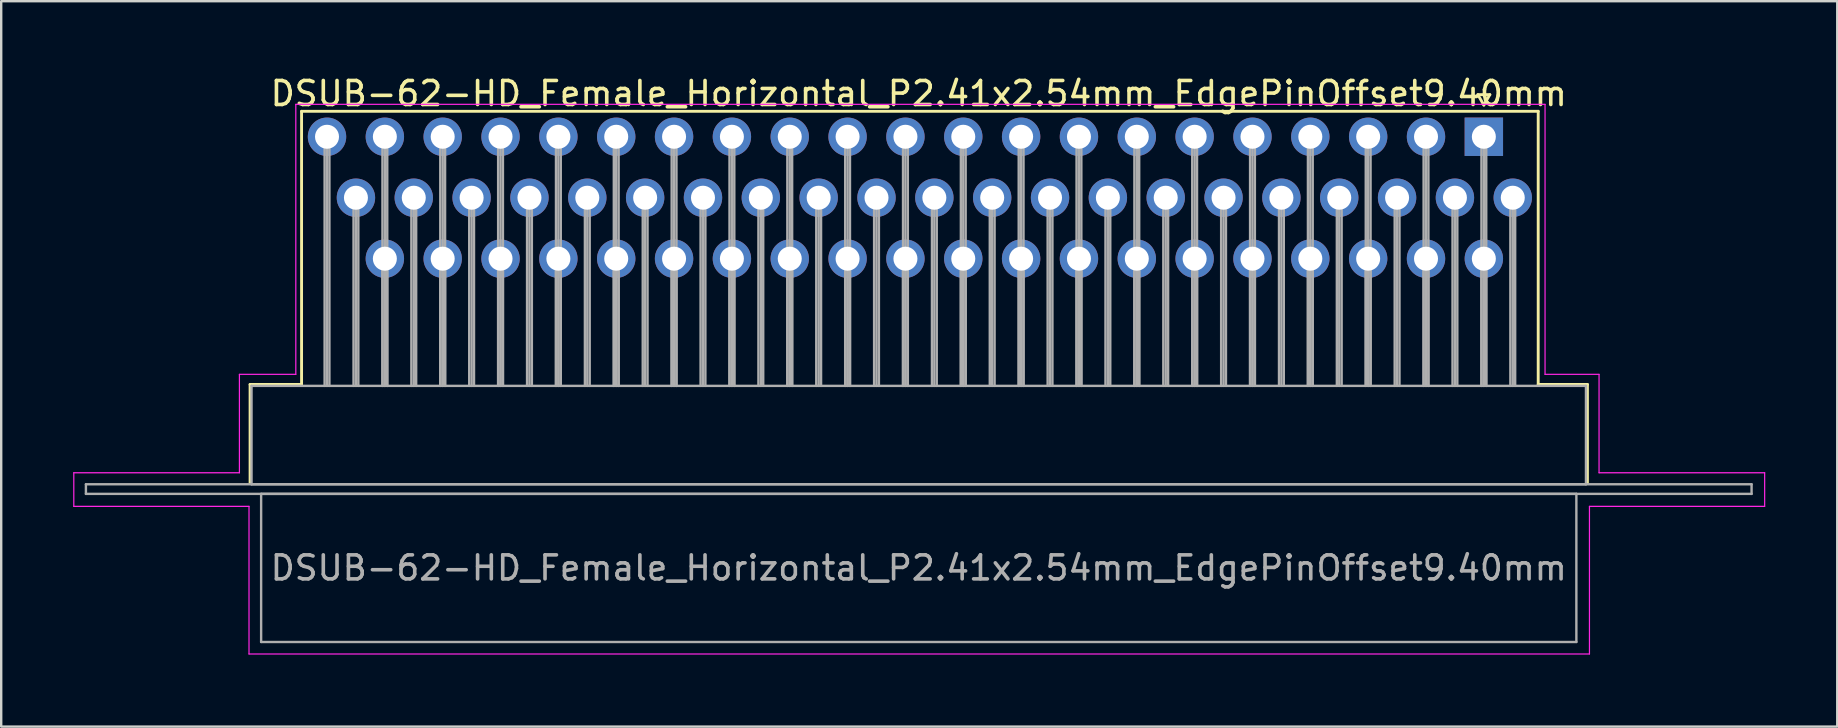
<source format=kicad_pcb>
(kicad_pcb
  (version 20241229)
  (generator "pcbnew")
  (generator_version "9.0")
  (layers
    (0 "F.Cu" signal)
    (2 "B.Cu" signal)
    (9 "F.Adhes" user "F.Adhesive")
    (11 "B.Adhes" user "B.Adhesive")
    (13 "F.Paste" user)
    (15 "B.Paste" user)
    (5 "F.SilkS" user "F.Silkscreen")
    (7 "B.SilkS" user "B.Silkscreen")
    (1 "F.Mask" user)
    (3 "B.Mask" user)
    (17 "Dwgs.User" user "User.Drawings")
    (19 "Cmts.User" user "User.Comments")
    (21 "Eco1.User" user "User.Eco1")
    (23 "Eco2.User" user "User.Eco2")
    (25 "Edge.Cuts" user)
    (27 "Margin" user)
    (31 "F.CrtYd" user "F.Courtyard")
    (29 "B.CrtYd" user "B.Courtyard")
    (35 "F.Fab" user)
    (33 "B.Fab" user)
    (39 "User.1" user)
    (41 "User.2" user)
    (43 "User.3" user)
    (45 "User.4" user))
  (footprint "DSUB-62-HD_Female_Horizontal_P2.41x2.54mm_EdgePinOffset9.40mm"
    (layer "F.Cu")
    (at 58.775 2.648)
    (property "Reference" "DSUB-62-HD_Female_Horizontal_P2.41x2.54mm_EdgePinOffset9.40mm" (at -23.545 -1.8 0) (layer "F.SilkS") (effects (font (size 1 1) (thickness 0.15))))
    (attr through_hole)
    (fp_line (start -51.405 10.32) (end -49.26 10.32) (stroke (width 0.12) (type solid)) (layer "F.SilkS"))
    (fp_line (start -51.405 14.42) (end -51.405 10.32) (stroke (width 0.12) (type solid)) (layer "F.SilkS"))
    (fp_line (start -49.26 -1.06) (end 2.265 -1.06) (stroke (width 0.12) (type solid)) (layer "F.SilkS"))
    (fp_line (start -49.26 10.32) (end -49.26 -1.06) (stroke (width 0.12) (type solid)) (layer "F.SilkS"))
    (fp_line (start -0.25 -1.754) (end 0.25 -1.754) (stroke (width 0.12) (type solid)) (layer "F.SilkS"))
    (fp_line (start 0 -1.321) (end -0.25 -1.754) (stroke (width 0.12) (type solid)) (layer "F.SilkS"))
    (fp_line (start 0.25 -1.754) (end 0 -1.321) (stroke (width 0.12) (type solid)) (layer "F.SilkS"))
    (fp_line (start 2.265 -1.06) (end 2.265 10.32) (stroke (width 0.12) (type solid)) (layer "F.SilkS"))
    (fp_line (start 2.265 10.32) (end 4.315 10.32) (stroke (width 0.12) (type solid)) (layer "F.SilkS"))
    (fp_line (start 4.315 10.32) (end 4.315 14.42) (stroke (width 0.12) (type solid)) (layer "F.SilkS"))
    (fp_line (start -58.75 14) (end -51.85 14) (stroke (width 0.05) (type solid)) (layer "F.CrtYd"))
    (fp_line (start -58.75 15.4) (end -58.75 14) (stroke (width 0.05) (type solid)) (layer "F.CrtYd"))
    (fp_line (start -51.85 9.9) (end -49.5 9.9) (stroke (width 0.05) (type solid)) (layer "F.CrtYd"))
    (fp_line (start -51.85 14) (end -51.85 9.9) (stroke (width 0.05) (type solid)) (layer "F.CrtYd"))
    (fp_line (start -51.45 15.4) (end -58.75 15.4) (stroke (width 0.05) (type solid)) (layer "F.CrtYd"))
    (fp_line (start -51.45 21.55) (end -51.45 15.4) (stroke (width 0.05) (type solid)) (layer "F.CrtYd"))
    (fp_line (start -49.5 -1.35) (end 2.55 -1.35) (stroke (width 0.05) (type solid)) (layer "F.CrtYd"))
    (fp_line (start -49.5 9.9) (end -49.5 -1.35) (stroke (width 0.05) (type solid)) (layer "F.CrtYd"))
    (fp_line (start 2.55 -1.35) (end 2.55 9.9) (stroke (width 0.05) (type solid)) (layer "F.CrtYd"))
    (fp_line (start 2.55 9.9) (end 4.8 9.9) (stroke (width 0.05) (type solid)) (layer "F.CrtYd"))
    (fp_line (start 4.4 15.4) (end 4.4 21.55) (stroke (width 0.05) (type solid)) (layer "F.CrtYd"))
    (fp_line (start 4.4 21.55) (end -51.45 21.55) (stroke (width 0.05) (type solid)) (layer "F.CrtYd"))
    (fp_line (start 4.8 9.9) (end 4.8 14) (stroke (width 0.05) (type solid)) (layer "F.CrtYd"))
    (fp_line (start 4.8 14) (end 11.7 14) (stroke (width 0.05) (type solid)) (layer "F.CrtYd"))
    (fp_line (start 11.7 14) (end 11.7 15.4) (stroke (width 0.05) (type solid)) (layer "F.CrtYd"))
    (fp_line (start 11.7 15.4) (end 4.4 15.4) (stroke (width 0.05) (type solid)) (layer "F.CrtYd"))
    (fp_line (start -58.245 14.48) (end -58.245 14.88) (stroke (width 0.1) (type solid)) (layer "F.Fab"))
    (fp_line (start -58.245 14.88) (end 11.155 14.88) (stroke (width 0.1) (type solid)) (layer "F.Fab"))
    (fp_line (start -51.345 10.38) (end -51.345 14.48) (stroke (width 0.1) (type solid)) (layer "F.Fab"))
    (fp_line (start -51.345 14.48) (end 4.255 14.48) (stroke (width 0.1) (type solid)) (layer "F.Fab"))
    (fp_line (start -50.945 14.88) (end -50.945 21.05) (stroke (width 0.1) (type solid)) (layer "F.Fab"))
    (fp_line (start -50.945 21.05) (end 3.855 21.05) (stroke (width 0.1) (type solid)) (layer "F.Fab"))
    (fp_line (start -48.3 0) (end -48.3 10.38) (stroke (width 0.1) (type solid)) (layer "F.Fab"))
    (fp_line (start -48.2 0) (end -48.2 10.38) (stroke (width 0.1) (type solid)) (layer "F.Fab"))
    (fp_line (start -48.1 0) (end -48.1 10.38) (stroke (width 0.1) (type solid)) (layer "F.Fab"))
    (fp_line (start -47.095 2.54) (end -47.095 10.38) (stroke (width 0.1) (type solid)) (layer "F.Fab"))
    (fp_line (start -46.995 2.54) (end -46.995 10.38) (stroke (width 0.1) (type solid)) (layer "F.Fab"))
    (fp_line (start -46.895 2.54) (end -46.895 10.38) (stroke (width 0.1) (type solid)) (layer "F.Fab"))
    (fp_line (start -45.89 0) (end -45.89 10.38) (stroke (width 0.1) (type solid)) (layer "F.Fab"))
    (fp_line (start -45.89 5.08) (end -45.89 10.38) (stroke (width 0.1) (type solid)) (layer "F.Fab"))
    (fp_line (start -45.79 0) (end -45.79 10.38) (stroke (width 0.1) (type solid)) (layer "F.Fab"))
    (fp_line (start -45.79 5.08) (end -45.79 10.38) (stroke (width 0.1) (type solid)) (layer "F.Fab"))
    (fp_line (start -45.69 0) (end -45.69 10.38) (stroke (width 0.1) (type solid)) (layer "F.Fab"))
    (fp_line (start -45.69 5.08) (end -45.69 10.38) (stroke (width 0.1) (type solid)) (layer "F.Fab"))
    (fp_line (start -44.685 2.54) (end -44.685 10.38) (stroke (width 0.1) (type solid)) (layer "F.Fab"))
    (fp_line (start -44.585 2.54) (end -44.585 10.38) (stroke (width 0.1) (type solid)) (layer "F.Fab"))
    (fp_line (start -44.485 2.54) (end -44.485 10.38) (stroke (width 0.1) (type solid)) (layer "F.Fab"))
    (fp_line (start -43.48 0) (end -43.48 10.38) (stroke (width 0.1) (type solid)) (layer "F.Fab"))
    (fp_line (start -43.48 5.08) (end -43.48 10.38) (stroke (width 0.1) (type solid)) (layer "F.Fab"))
    (fp_line (start -43.38 0) (end -43.38 10.38) (stroke (width 0.1) (type solid)) (layer "F.Fab"))
    (fp_line (start -43.38 5.08) (end -43.38 10.38) (stroke (width 0.1) (type solid)) (layer "F.Fab"))
    (fp_line (start -43.28 0) (end -43.28 10.38) (stroke (width 0.1) (type solid)) (layer "F.Fab"))
    (fp_line (start -43.28 5.08) (end -43.28 10.38) (stroke (width 0.1) (type solid)) (layer "F.Fab"))
    (fp_line (start -42.275 2.54) (end -42.275 10.38) (stroke (width 0.1) (type solid)) (layer "F.Fab"))
    (fp_line (start -42.175 2.54) (end -42.175 10.38) (stroke (width 0.1) (type solid)) (layer "F.Fab"))
    (fp_line (start -42.075 2.54) (end -42.075 10.38) (stroke (width 0.1) (type solid)) (layer "F.Fab"))
    (fp_line (start -41.07 0) (end -41.07 10.38) (stroke (width 0.1) (type solid)) (layer "F.Fab"))
    (fp_line (start -41.07 5.08) (end -41.07 10.38) (stroke (width 0.1) (type solid)) (layer "F.Fab"))
    (fp_line (start -40.97 0) (end -40.97 10.38) (stroke (width 0.1) (type solid)) (layer "F.Fab"))
    (fp_line (start -40.97 5.08) (end -40.97 10.38) (stroke (width 0.1) (type solid)) (layer "F.Fab"))
    (fp_line (start -40.87 0) (end -40.87 10.38) (stroke (width 0.1) (type solid)) (layer "F.Fab"))
    (fp_line (start -40.87 5.08) (end -40.87 10.38) (stroke (width 0.1) (type solid)) (layer "F.Fab"))
    (fp_line (start -39.865 2.54) (end -39.865 10.38) (stroke (width 0.1) (type solid)) (layer "F.Fab"))
    (fp_line (start -39.765 2.54) (end -39.765 10.38) (stroke (width 0.1) (type solid)) (layer "F.Fab"))
    (fp_line (start -39.665 2.54) (end -39.665 10.38) (stroke (width 0.1) (type solid)) (layer "F.Fab"))
    (fp_line (start -38.66 0) (end -38.66 10.38) (stroke (width 0.1) (type solid)) (layer "F.Fab"))
    (fp_line (start -38.66 5.08) (end -38.66 10.38) (stroke (width 0.1) (type solid)) (layer "F.Fab"))
    (fp_line (start -38.56 0) (end -38.56 10.38) (stroke (width 0.1) (type solid)) (layer "F.Fab"))
    (fp_line (start -38.56 5.08) (end -38.56 10.38) (stroke (width 0.1) (type solid)) (layer "F.Fab"))
    (fp_line (start -38.46 0) (end -38.46 10.38) (stroke (width 0.1) (type solid)) (layer "F.Fab"))
    (fp_line (start -38.46 5.08) (end -38.46 10.38) (stroke (width 0.1) (type solid)) (layer "F.Fab"))
    (fp_line (start -37.455 2.54) (end -37.455 10.38) (stroke (width 0.1) (type solid)) (layer "F.Fab"))
    (fp_line (start -37.355 2.54) (end -37.355 10.38) (stroke (width 0.1) (type solid)) (layer "F.Fab"))
    (fp_line (start -37.255 2.54) (end -37.255 10.38) (stroke (width 0.1) (type solid)) (layer "F.Fab"))
    (fp_line (start -36.25 0) (end -36.25 10.38) (stroke (width 0.1) (type solid)) (layer "F.Fab"))
    (fp_line (start -36.25 5.08) (end -36.25 10.38) (stroke (width 0.1) (type solid)) (layer "F.Fab"))
    (fp_line (start -36.15 0) (end -36.15 10.38) (stroke (width 0.1) (type solid)) (layer "F.Fab"))
    (fp_line (start -36.15 5.08) (end -36.15 10.38) (stroke (width 0.1) (type solid)) (layer "F.Fab"))
    (fp_line (start -36.05 0) (end -36.05 10.38) (stroke (width 0.1) (type solid)) (layer "F.Fab"))
    (fp_line (start -36.05 5.08) (end -36.05 10.38) (stroke (width 0.1) (type solid)) (layer "F.Fab"))
    (fp_line (start -35.045 2.54) (end -35.045 10.38) (stroke (width 0.1) (type solid)) (layer "F.Fab"))
    (fp_line (start -34.945 2.54) (end -34.945 10.38) (stroke (width 0.1) (type solid)) (layer "F.Fab"))
    (fp_line (start -34.845 2.54) (end -34.845 10.38) (stroke (width 0.1) (type solid)) (layer "F.Fab"))
    (fp_line (start -33.84 0) (end -33.84 10.38) (stroke (width 0.1) (type solid)) (layer "F.Fab"))
    (fp_line (start -33.84 5.08) (end -33.84 10.38) (stroke (width 0.1) (type solid)) (layer "F.Fab"))
    (fp_line (start -33.74 0) (end -33.74 10.38) (stroke (width 0.1) (type solid)) (layer "F.Fab"))
    (fp_line (start -33.74 5.08) (end -33.74 10.38) (stroke (width 0.1) (type solid)) (layer "F.Fab"))
    (fp_line (start -33.64 0) (end -33.64 10.38) (stroke (width 0.1) (type solid)) (layer "F.Fab"))
    (fp_line (start -33.64 5.08) (end -33.64 10.38) (stroke (width 0.1) (type solid)) (layer "F.Fab"))
    (fp_line (start -32.635 2.54) (end -32.635 10.38) (stroke (width 0.1) (type solid)) (layer "F.Fab"))
    (fp_line (start -32.535 2.54) (end -32.535 10.38) (stroke (width 0.1) (type solid)) (layer "F.Fab"))
    (fp_line (start -32.435 2.54) (end -32.435 10.38) (stroke (width 0.1) (type solid)) (layer "F.Fab"))
    (fp_line (start -31.43 0) (end -31.43 10.38) (stroke (width 0.1) (type solid)) (layer "F.Fab"))
    (fp_line (start -31.43 5.08) (end -31.43 10.38) (stroke (width 0.1) (type solid)) (layer "F.Fab"))
    (fp_line (start -31.33 0) (end -31.33 10.38) (stroke (width 0.1) (type solid)) (layer "F.Fab"))
    (fp_line (start -31.33 5.08) (end -31.33 10.38) (stroke (width 0.1) (type solid)) (layer "F.Fab"))
    (fp_line (start -31.23 0) (end -31.23 10.38) (stroke (width 0.1) (type solid)) (layer "F.Fab"))
    (fp_line (start -31.23 5.08) (end -31.23 10.38) (stroke (width 0.1) (type solid)) (layer "F.Fab"))
    (fp_line (start -30.225 2.54) (end -30.225 10.38) (stroke (width 0.1) (type solid)) (layer "F.Fab"))
    (fp_line (start -30.125 2.54) (end -30.125 10.38) (stroke (width 0.1) (type solid)) (layer "F.Fab"))
    (fp_line (start -30.025 2.54) (end -30.025 10.38) (stroke (width 0.1) (type solid)) (layer "F.Fab"))
    (fp_line (start -29.02 0) (end -29.02 10.38) (stroke (width 0.1) (type solid)) (layer "F.Fab"))
    (fp_line (start -29.02 5.08) (end -29.02 10.38) (stroke (width 0.1) (type solid)) (layer "F.Fab"))
    (fp_line (start -28.92 0) (end -28.92 10.38) (stroke (width 0.1) (type solid)) (layer "F.Fab"))
    (fp_line (start -28.92 5.08) (end -28.92 10.38) (stroke (width 0.1) (type solid)) (layer "F.Fab"))
    (fp_line (start -28.82 0) (end -28.82 10.38) (stroke (width 0.1) (type solid)) (layer "F.Fab"))
    (fp_line (start -28.82 5.08) (end -28.82 10.38) (stroke (width 0.1) (type solid)) (layer "F.Fab"))
    (fp_line (start -27.815 2.54) (end -27.815 10.38) (stroke (width 0.1) (type solid)) (layer "F.Fab"))
    (fp_line (start -27.715 2.54) (end -27.715 10.38) (stroke (width 0.1) (type solid)) (layer "F.Fab"))
    (fp_line (start -27.615 2.54) (end -27.615 10.38) (stroke (width 0.1) (type solid)) (layer "F.Fab"))
    (fp_line (start -26.61 0) (end -26.61 10.38) (stroke (width 0.1) (type solid)) (layer "F.Fab"))
    (fp_line (start -26.61 5.08) (end -26.61 10.38) (stroke (width 0.1) (type solid)) (layer "F.Fab"))
    (fp_line (start -26.51 0) (end -26.51 10.38) (stroke (width 0.1) (type solid)) (layer "F.Fab"))
    (fp_line (start -26.51 5.08) (end -26.51 10.38) (stroke (width 0.1) (type solid)) (layer "F.Fab"))
    (fp_line (start -26.41 0) (end -26.41 10.38) (stroke (width 0.1) (type solid)) (layer "F.Fab"))
    (fp_line (start -26.41 5.08) (end -26.41 10.38) (stroke (width 0.1) (type solid)) (layer "F.Fab"))
    (fp_line (start -25.405 2.54) (end -25.405 10.38) (stroke (width 0.1) (type solid)) (layer "F.Fab"))
    (fp_line (start -25.305 2.54) (end -25.305 10.38) (stroke (width 0.1) (type solid)) (layer "F.Fab"))
    (fp_line (start -25.205 2.54) (end -25.205 10.38) (stroke (width 0.1) (type solid)) (layer "F.Fab"))
    (fp_line (start -24.2 0) (end -24.2 10.38) (stroke (width 0.1) (type solid)) (layer "F.Fab"))
    (fp_line (start -24.2 5.08) (end -24.2 10.38) (stroke (width 0.1) (type solid)) (layer "F.Fab"))
    (fp_line (start -24.1 0) (end -24.1 10.38) (stroke (width 0.1) (type solid)) (layer "F.Fab"))
    (fp_line (start -24.1 5.08) (end -24.1 10.38) (stroke (width 0.1) (type solid)) (layer "F.Fab"))
    (fp_line (start -24 0) (end -24 10.38) (stroke (width 0.1) (type solid)) (layer "F.Fab"))
    (fp_line (start -24 5.08) (end -24 10.38) (stroke (width 0.1) (type solid)) (layer "F.Fab"))
    (fp_line (start -22.995 2.54) (end -22.995 10.38) (stroke (width 0.1) (type solid)) (layer "F.Fab"))
    (fp_line (start -22.895 2.54) (end -22.895 10.38) (stroke (width 0.1) (type solid)) (layer "F.Fab"))
    (fp_line (start -22.795 2.54) (end -22.795 10.38) (stroke (width 0.1) (type solid)) (layer "F.Fab"))
    (fp_line (start -21.79 0) (end -21.79 10.38) (stroke (width 0.1) (type solid)) (layer "F.Fab"))
    (fp_line (start -21.79 5.08) (end -21.79 10.38) (stroke (width 0.1) (type solid)) (layer "F.Fab"))
    (fp_line (start -21.69 0) (end -21.69 10.38) (stroke (width 0.1) (type solid)) (layer "F.Fab"))
    (fp_line (start -21.69 5.08) (end -21.69 10.38) (stroke (width 0.1) (type solid)) (layer "F.Fab"))
    (fp_line (start -21.59 0) (end -21.59 10.38) (stroke (width 0.1) (type solid)) (layer "F.Fab"))
    (fp_line (start -21.59 5.08) (end -21.59 10.38) (stroke (width 0.1) (type solid)) (layer "F.Fab"))
    (fp_line (start -20.585 2.54) (end -20.585 10.38) (stroke (width 0.1) (type solid)) (layer "F.Fab"))
    (fp_line (start -20.485 2.54) (end -20.485 10.38) (stroke (width 0.1) (type solid)) (layer "F.Fab"))
    (fp_line (start -20.385 2.54) (end -20.385 10.38) (stroke (width 0.1) (type solid)) (layer "F.Fab"))
    (fp_line (start -19.38 0) (end -19.38 10.38) (stroke (width 0.1) (type solid)) (layer "F.Fab"))
    (fp_line (start -19.38 5.08) (end -19.38 10.38) (stroke (width 0.1) (type solid)) (layer "F.Fab"))
    (fp_line (start -19.28 0) (end -19.28 10.38) (stroke (width 0.1) (type solid)) (layer "F.Fab"))
    (fp_line (start -19.28 5.08) (end -19.28 10.38) (stroke (width 0.1) (type solid)) (layer "F.Fab"))
    (fp_line (start -19.18 0) (end -19.18 10.38) (stroke (width 0.1) (type solid)) (layer "F.Fab"))
    (fp_line (start -19.18 5.08) (end -19.18 10.38) (stroke (width 0.1) (type solid)) (layer "F.Fab"))
    (fp_line (start -18.175 2.54) (end -18.175 10.38) (stroke (width 0.1) (type solid)) (layer "F.Fab"))
    (fp_line (start -18.075 2.54) (end -18.075 10.38) (stroke (width 0.1) (type solid)) (layer "F.Fab"))
    (fp_line (start -17.975 2.54) (end -17.975 10.38) (stroke (width 0.1) (type solid)) (layer "F.Fab"))
    (fp_line (start -16.97 0) (end -16.97 10.38) (stroke (width 0.1) (type solid)) (layer "F.Fab"))
    (fp_line (start -16.97 5.08) (end -16.97 10.38) (stroke (width 0.1) (type solid)) (layer "F.Fab"))
    (fp_line (start -16.87 0) (end -16.87 10.38) (stroke (width 0.1) (type solid)) (layer "F.Fab"))
    (fp_line (start -16.87 5.08) (end -16.87 10.38) (stroke (width 0.1) (type solid)) (layer "F.Fab"))
    (fp_line (start -16.77 0) (end -16.77 10.38) (stroke (width 0.1) (type solid)) (layer "F.Fab"))
    (fp_line (start -16.77 5.08) (end -16.77 10.38) (stroke (width 0.1) (type solid)) (layer "F.Fab"))
    (fp_line (start -15.765 2.54) (end -15.765 10.38) (stroke (width 0.1) (type solid)) (layer "F.Fab"))
    (fp_line (start -15.665 2.54) (end -15.665 10.38) (stroke (width 0.1) (type solid)) (layer "F.Fab"))
    (fp_line (start -15.565 2.54) (end -15.565 10.38) (stroke (width 0.1) (type solid)) (layer "F.Fab"))
    (fp_line (start -14.56 0) (end -14.56 10.38) (stroke (width 0.1) (type solid)) (layer "F.Fab"))
    (fp_line (start -14.56 5.08) (end -14.56 10.38) (stroke (width 0.1) (type solid)) (layer "F.Fab"))
    (fp_line (start -14.46 0) (end -14.46 10.38) (stroke (width 0.1) (type solid)) (layer "F.Fab"))
    (fp_line (start -14.46 5.08) (end -14.46 10.38) (stroke (width 0.1) (type solid)) (layer "F.Fab"))
    (fp_line (start -14.36 0) (end -14.36 10.38) (stroke (width 0.1) (type solid)) (layer "F.Fab"))
    (fp_line (start -14.36 5.08) (end -14.36 10.38) (stroke (width 0.1) (type solid)) (layer "F.Fab"))
    (fp_line (start -13.355 2.54) (end -13.355 10.38) (stroke (width 0.1) (type solid)) (layer "F.Fab"))
    (fp_line (start -13.255 2.54) (end -13.255 10.38) (stroke (width 0.1) (type solid)) (layer "F.Fab"))
    (fp_line (start -13.155 2.54) (end -13.155 10.38) (stroke (width 0.1) (type solid)) (layer "F.Fab"))
    (fp_line (start -12.15 0) (end -12.15 10.38) (stroke (width 0.1) (type solid)) (layer "F.Fab"))
    (fp_line (start -12.15 5.08) (end -12.15 10.38) (stroke (width 0.1) (type solid)) (layer "F.Fab"))
    (fp_line (start -12.05 0) (end -12.05 10.38) (stroke (width 0.1) (type solid)) (layer "F.Fab"))
    (fp_line (start -12.05 5.08) (end -12.05 10.38) (stroke (width 0.1) (type solid)) (layer "F.Fab"))
    (fp_line (start -11.95 0) (end -11.95 10.38) (stroke (width 0.1) (type solid)) (layer "F.Fab"))
    (fp_line (start -11.95 5.08) (end -11.95 10.38) (stroke (width 0.1) (type solid)) (layer "F.Fab"))
    (fp_line (start -10.945 2.54) (end -10.945 10.38) (stroke (width 0.1) (type solid)) (layer "F.Fab"))
    (fp_line (start -10.845 2.54) (end -10.845 10.38) (stroke (width 0.1) (type solid)) (layer "F.Fab"))
    (fp_line (start -10.745 2.54) (end -10.745 10.38) (stroke (width 0.1) (type solid)) (layer "F.Fab"))
    (fp_line (start -9.74 0) (end -9.74 10.38) (stroke (width 0.1) (type solid)) (layer "F.Fab"))
    (fp_line (start -9.74 5.08) (end -9.74 10.38) (stroke (width 0.1) (type solid)) (layer "F.Fab"))
    (fp_line (start -9.64 0) (end -9.64 10.38) (stroke (width 0.1) (type solid)) (layer "F.Fab"))
    (fp_line (start -9.64 5.08) (end -9.64 10.38) (stroke (width 0.1) (type solid)) (layer "F.Fab"))
    (fp_line (start -9.54 0) (end -9.54 10.38) (stroke (width 0.1) (type solid)) (layer "F.Fab"))
    (fp_line (start -9.54 5.08) (end -9.54 10.38) (stroke (width 0.1) (type solid)) (layer "F.Fab"))
    (fp_line (start -8.535 2.54) (end -8.535 10.38) (stroke (width 0.1) (type solid)) (layer "F.Fab"))
    (fp_line (start -8.435 2.54) (end -8.435 10.38) (stroke (width 0.1) (type solid)) (layer "F.Fab"))
    (fp_line (start -8.335 2.54) (end -8.335 10.38) (stroke (width 0.1) (type solid)) (layer "F.Fab"))
    (fp_line (start -7.33 0) (end -7.33 10.38) (stroke (width 0.1) (type solid)) (layer "F.Fab"))
    (fp_line (start -7.33 5.08) (end -7.33 10.38) (stroke (width 0.1) (type solid)) (layer "F.Fab"))
    (fp_line (start -7.23 0) (end -7.23 10.38) (stroke (width 0.1) (type solid)) (layer "F.Fab"))
    (fp_line (start -7.23 5.08) (end -7.23 10.38) (stroke (width 0.1) (type solid)) (layer "F.Fab"))
    (fp_line (start -7.13 0) (end -7.13 10.38) (stroke (width 0.1) (type solid)) (layer "F.Fab"))
    (fp_line (start -7.13 5.08) (end -7.13 10.38) (stroke (width 0.1) (type solid)) (layer "F.Fab"))
    (fp_line (start -6.125 2.54) (end -6.125 10.38) (stroke (width 0.1) (type solid)) (layer "F.Fab"))
    (fp_line (start -6.025 2.54) (end -6.025 10.38) (stroke (width 0.1) (type solid)) (layer "F.Fab"))
    (fp_line (start -5.925 2.54) (end -5.925 10.38) (stroke (width 0.1) (type solid)) (layer "F.Fab"))
    (fp_line (start -4.92 0) (end -4.92 10.38) (stroke (width 0.1) (type solid)) (layer "F.Fab"))
    (fp_line (start -4.92 5.08) (end -4.92 10.38) (stroke (width 0.1) (type solid)) (layer "F.Fab"))
    (fp_line (start -4.82 0) (end -4.82 10.38) (stroke (width 0.1) (type solid)) (layer "F.Fab"))
    (fp_line (start -4.82 5.08) (end -4.82 10.38) (stroke (width 0.1) (type solid)) (layer "F.Fab"))
    (fp_line (start -4.72 0) (end -4.72 10.38) (stroke (width 0.1) (type solid)) (layer "F.Fab"))
    (fp_line (start -4.72 5.08) (end -4.72 10.38) (stroke (width 0.1) (type solid)) (layer "F.Fab"))
    (fp_line (start -3.715 2.54) (end -3.715 10.38) (stroke (width 0.1) (type solid)) (layer "F.Fab"))
    (fp_line (start -3.615 2.54) (end -3.615 10.38) (stroke (width 0.1) (type solid)) (layer "F.Fab"))
    (fp_line (start -3.515 2.54) (end -3.515 10.38) (stroke (width 0.1) (type solid)) (layer "F.Fab"))
    (fp_line (start -2.51 0) (end -2.51 10.38) (stroke (width 0.1) (type solid)) (layer "F.Fab"))
    (fp_line (start -2.51 5.08) (end -2.51 10.38) (stroke (width 0.1) (type solid)) (layer "F.Fab"))
    (fp_line (start -2.41 0) (end -2.41 10.38) (stroke (width 0.1) (type solid)) (layer "F.Fab"))
    (fp_line (start -2.41 5.08) (end -2.41 10.38) (stroke (width 0.1) (type solid)) (layer "F.Fab"))
    (fp_line (start -2.31 0) (end -2.31 10.38) (stroke (width 0.1) (type solid)) (layer "F.Fab"))
    (fp_line (start -2.31 5.08) (end -2.31 10.38) (stroke (width 0.1) (type solid)) (layer "F.Fab"))
    (fp_line (start -1.305 2.54) (end -1.305 10.38) (stroke (width 0.1) (type solid)) (layer "F.Fab"))
    (fp_line (start -1.205 2.54) (end -1.205 10.38) (stroke (width 0.1) (type solid)) (layer "F.Fab"))
    (fp_line (start -1.105 2.54) (end -1.105 10.38) (stroke (width 0.1) (type solid)) (layer "F.Fab"))
    (fp_line (start -0.1 0) (end -0.1 10.38) (stroke (width 0.1) (type solid)) (layer "F.Fab"))
    (fp_line (start -0.1 5.08) (end -0.1 10.38) (stroke (width 0.1) (type solid)) (layer "F.Fab"))
    (fp_line (start 0 0) (end 0 10.38) (stroke (width 0.1) (type solid)) (layer "F.Fab"))
    (fp_line (start 0 5.08) (end 0 10.38) (stroke (width 0.1) (type solid)) (layer "F.Fab"))
    (fp_line (start 0.1 0) (end 0.1 10.38) (stroke (width 0.1) (type solid)) (layer "F.Fab"))
    (fp_line (start 0.1 5.08) (end 0.1 10.38) (stroke (width 0.1) (type solid)) (layer "F.Fab"))
    (fp_line (start 1.105 2.54) (end 1.105 10.38) (stroke (width 0.1) (type solid)) (layer "F.Fab"))
    (fp_line (start 1.205 2.54) (end 1.205 10.38) (stroke (width 0.1) (type solid)) (layer "F.Fab"))
    (fp_line (start 1.305 2.54) (end 1.305 10.38) (stroke (width 0.1) (type solid)) (layer "F.Fab"))
    (fp_line (start 3.855 14.88) (end -50.945 14.88) (stroke (width 0.1) (type solid)) (layer "F.Fab"))
    (fp_line (start 3.855 21.05) (end 3.855 14.88) (stroke (width 0.1) (type solid)) (layer "F.Fab"))
    (fp_line (start 4.255 10.38) (end -51.345 10.38) (stroke (width 0.1) (type solid)) (layer "F.Fab"))
    (fp_line (start 4.255 14.48) (end 4.255 10.38) (stroke (width 0.1) (type solid)) (layer "F.Fab"))
    (fp_line (start 11.155 14.48) (end -58.245 14.48) (stroke (width 0.1) (type solid)) (layer "F.Fab"))
    (fp_line (start 11.155 14.88) (end 11.155 14.48) (stroke (width 0.1) (type solid)) (layer "F.Fab"))
    (fp_text user "${REFERENCE}" (at -23.545 17.965 0) (layer "F.Fab") (effects (font (size 1 1) (thickness 0.15))))
    (pad "1" thru_hole rect (at 0 0) (size 1.6 1.6) (drill 1) (layers "*.Cu" "*.Mask"))
    (pad "2" thru_hole circle (at -2.41 0) (size 1.6 1.6) (drill 1) (layers "*.Cu" "*.Mask"))
    (pad "3" thru_hole circle (at -4.82 0) (size 1.6 1.6) (drill 1) (layers "*.Cu" "*.Mask"))
    (pad "4" thru_hole circle (at -7.23 0) (size 1.6 1.6) (drill 1) (layers "*.Cu" "*.Mask"))
    (pad "5" thru_hole circle (at -9.64 0) (size 1.6 1.6) (drill 1) (layers "*.Cu" "*.Mask"))
    (pad "6" thru_hole circle (at -12.05 0) (size 1.6 1.6) (drill 1) (layers "*.Cu" "*.Mask"))
    (pad "7" thru_hole circle (at -14.46 0) (size 1.6 1.6) (drill 1) (layers "*.Cu" "*.Mask"))
    (pad "8" thru_hole circle (at -16.87 0) (size 1.6 1.6) (drill 1) (layers "*.Cu" "*.Mask"))
    (pad "9" thru_hole circle (at -19.28 0) (size 1.6 1.6) (drill 1) (layers "*.Cu" "*.Mask"))
    (pad "10" thru_hole circle (at -21.69 0) (size 1.6 1.6) (drill 1) (layers "*.Cu" "*.Mask"))
    (pad "11" thru_hole circle (at -24.1 0) (size 1.6 1.6) (drill 1) (layers "*.Cu" "*.Mask"))
    (pad "12" thru_hole circle (at -26.51 0) (size 1.6 1.6) (drill 1) (layers "*.Cu" "*.Mask"))
    (pad "13" thru_hole circle (at -28.92 0) (size 1.6 1.6) (drill 1) (layers "*.Cu" "*.Mask"))
    (pad "14" thru_hole circle (at -31.33 0) (size 1.6 1.6) (drill 1) (layers "*.Cu" "*.Mask"))
    (pad "15" thru_hole circle (at -33.74 0) (size 1.6 1.6) (drill 1) (layers "*.Cu" "*.Mask"))
    (pad "16" thru_hole circle (at -36.15 0) (size 1.6 1.6) (drill 1) (layers "*.Cu" "*.Mask"))
    (pad "17" thru_hole circle (at -38.56 0) (size 1.6 1.6) (drill 1) (layers "*.Cu" "*.Mask"))
    (pad "18" thru_hole circle (at -40.97 0) (size 1.6 1.6) (drill 1) (layers "*.Cu" "*.Mask"))
    (pad "19" thru_hole circle (at -43.38 0) (size 1.6 1.6) (drill 1) (layers "*.Cu" "*.Mask"))
    (pad "20" thru_hole circle (at -45.79 0) (size 1.6 1.6) (drill 1) (layers "*.Cu" "*.Mask"))
    (pad "21" thru_hole circle (at -48.2 0) (size 1.6 1.6) (drill 1) (layers "*.Cu" "*.Mask"))
    (pad "22" thru_hole circle (at 1.205 2.54) (size 1.6 1.6) (drill 1) (layers "*.Cu" "*.Mask"))
    (pad "23" thru_hole circle (at -1.205 2.54) (size 1.6 1.6) (drill 1) (layers "*.Cu" "*.Mask"))
    (pad "24" thru_hole circle (at -3.615 2.54) (size 1.6 1.6) (drill 1) (layers "*.Cu" "*.Mask"))
    (pad "25" thru_hole circle (at -6.025 2.54) (size 1.6 1.6) (drill 1) (layers "*.Cu" "*.Mask"))
    (pad "26" thru_hole circle (at -8.435 2.54) (size 1.6 1.6) (drill 1) (layers "*.Cu" "*.Mask"))
    (pad "27" thru_hole circle (at -10.845 2.54) (size 1.6 1.6) (drill 1) (layers "*.Cu" "*.Mask"))
    (pad "28" thru_hole circle (at -13.255 2.54) (size 1.6 1.6) (drill 1) (layers "*.Cu" "*.Mask"))
    (pad "29" thru_hole circle (at -15.665 2.54) (size 1.6 1.6) (drill 1) (layers "*.Cu" "*.Mask"))
    (pad "30" thru_hole circle (at -18.075 2.54) (size 1.6 1.6) (drill 1) (layers "*.Cu" "*.Mask"))
    (pad "31" thru_hole circle (at -20.485 2.54) (size 1.6 1.6) (drill 1) (layers "*.Cu" "*.Mask"))
    (pad "32" thru_hole circle (at -22.895 2.54) (size 1.6 1.6) (drill 1) (layers "*.Cu" "*.Mask"))
    (pad "33" thru_hole circle (at -25.305 2.54) (size 1.6 1.6) (drill 1) (layers "*.Cu" "*.Mask"))
    (pad "34" thru_hole circle (at -27.715 2.54) (size 1.6 1.6) (drill 1) (layers "*.Cu" "*.Mask"))
    (pad "35" thru_hole circle (at -30.125 2.54) (size 1.6 1.6) (drill 1) (layers "*.Cu" "*.Mask"))
    (pad "36" thru_hole circle (at -32.535 2.54) (size 1.6 1.6) (drill 1) (layers "*.Cu" "*.Mask"))
    (pad "37" thru_hole circle (at -34.945 2.54) (size 1.6 1.6) (drill 1) (layers "*.Cu" "*.Mask"))
    (pad "38" thru_hole circle (at -37.355 2.54) (size 1.6 1.6) (drill 1) (layers "*.Cu" "*.Mask"))
    (pad "39" thru_hole circle (at -39.765 2.54) (size 1.6 1.6) (drill 1) (layers "*.Cu" "*.Mask"))
    (pad "40" thru_hole circle (at -42.175 2.54) (size 1.6 1.6) (drill 1) (layers "*.Cu" "*.Mask"))
    (pad "41" thru_hole circle (at -44.585 2.54) (size 1.6 1.6) (drill 1) (layers "*.Cu" "*.Mask"))
    (pad "42" thru_hole circle (at -46.995 2.54) (size 1.6 1.6) (drill 1) (layers "*.Cu" "*.Mask"))
    (pad "43" thru_hole circle (at 0 5.08) (size 1.6 1.6) (drill 1) (layers "*.Cu" "*.Mask"))
    (pad "44" thru_hole circle (at -2.41 5.08) (size 1.6 1.6) (drill 1) (layers "*.Cu" "*.Mask"))
    (pad "45" thru_hole circle (at -4.82 5.08) (size 1.6 1.6) (drill 1) (layers "*.Cu" "*.Mask"))
    (pad "46" thru_hole circle (at -7.23 5.08) (size 1.6 1.6) (drill 1) (layers "*.Cu" "*.Mask"))
    (pad "47" thru_hole circle (at -9.64 5.08) (size 1.6 1.6) (drill 1) (layers "*.Cu" "*.Mask"))
    (pad "48" thru_hole circle (at -12.05 5.08) (size 1.6 1.6) (drill 1) (layers "*.Cu" "*.Mask"))
    (pad "49" thru_hole circle (at -14.46 5.08) (size 1.6 1.6) (drill 1) (layers "*.Cu" "*.Mask"))
    (pad "50" thru_hole circle (at -16.87 5.08) (size 1.6 1.6) (drill 1) (layers "*.Cu" "*.Mask"))
    (pad "51" thru_hole circle (at -19.28 5.08) (size 1.6 1.6) (drill 1) (layers "*.Cu" "*.Mask"))
    (pad "52" thru_hole circle (at -21.69 5.08) (size 1.6 1.6) (drill 1) (layers "*.Cu" "*.Mask"))
    (pad "53" thru_hole circle (at -24.1 5.08) (size 1.6 1.6) (drill 1) (layers "*.Cu" "*.Mask"))
    (pad "54" thru_hole circle (at -26.51 5.08) (size 1.6 1.6) (drill 1) (layers "*.Cu" "*.Mask"))
    (pad "55" thru_hole circle (at -28.92 5.08) (size 1.6 1.6) (drill 1) (layers "*.Cu" "*.Mask"))
    (pad "56" thru_hole circle (at -31.33 5.08) (size 1.6 1.6) (drill 1) (layers "*.Cu" "*.Mask"))
    (pad "57" thru_hole circle (at -33.74 5.08) (size 1.6 1.6) (drill 1) (layers "*.Cu" "*.Mask"))
    (pad "58" thru_hole circle (at -36.15 5.08) (size 1.6 1.6) (drill 1) (layers "*.Cu" "*.Mask"))
    (pad "59" thru_hole circle (at -38.56 5.08) (size 1.6 1.6) (drill 1) (layers "*.Cu" "*.Mask"))
    (pad "60" thru_hole circle (at -40.97 5.08) (size 1.6 1.6) (drill 1) (layers "*.Cu" "*.Mask"))
    (pad "61" thru_hole circle (at -43.38 5.08) (size 1.6 1.6) (drill 1) (layers "*.Cu" "*.Mask"))
    (pad "62" thru_hole circle (at -45.79 5.08) (size 1.6 1.6) (drill 1) (layers "*.Cu" "*.Mask")))
  (gr_rect
    (start -3 -3)
    (end 73.5 27.223)
    (stroke (width 0.1) (type default))
    (fill no)
    (layer "Edge.Cuts")))
</source>
